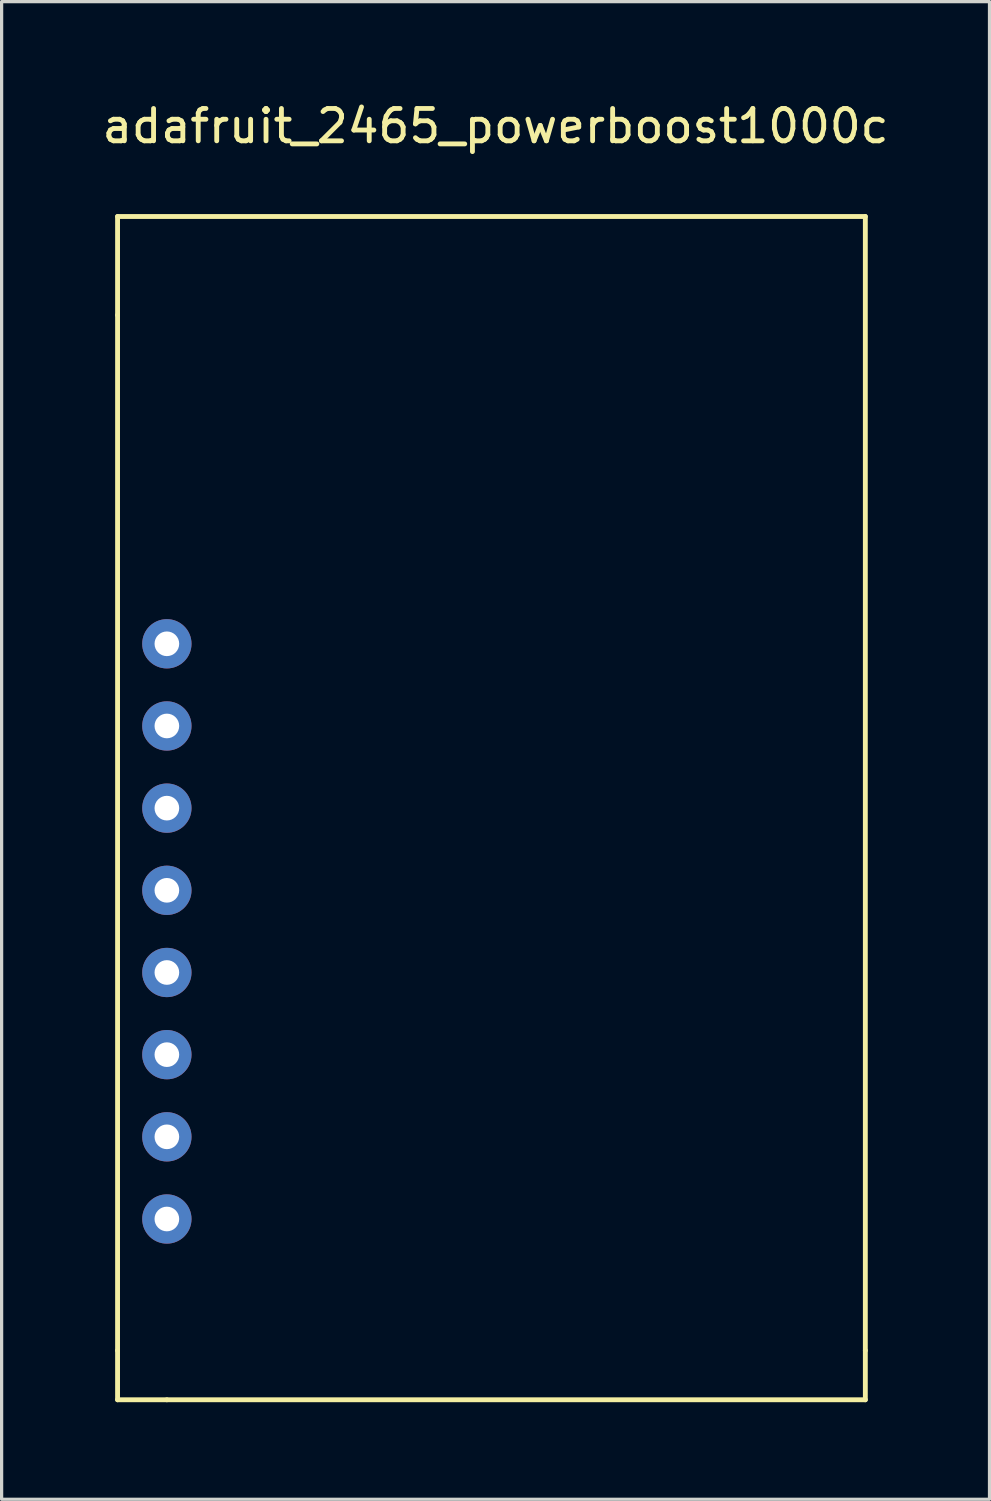
<source format=kicad_pcb>
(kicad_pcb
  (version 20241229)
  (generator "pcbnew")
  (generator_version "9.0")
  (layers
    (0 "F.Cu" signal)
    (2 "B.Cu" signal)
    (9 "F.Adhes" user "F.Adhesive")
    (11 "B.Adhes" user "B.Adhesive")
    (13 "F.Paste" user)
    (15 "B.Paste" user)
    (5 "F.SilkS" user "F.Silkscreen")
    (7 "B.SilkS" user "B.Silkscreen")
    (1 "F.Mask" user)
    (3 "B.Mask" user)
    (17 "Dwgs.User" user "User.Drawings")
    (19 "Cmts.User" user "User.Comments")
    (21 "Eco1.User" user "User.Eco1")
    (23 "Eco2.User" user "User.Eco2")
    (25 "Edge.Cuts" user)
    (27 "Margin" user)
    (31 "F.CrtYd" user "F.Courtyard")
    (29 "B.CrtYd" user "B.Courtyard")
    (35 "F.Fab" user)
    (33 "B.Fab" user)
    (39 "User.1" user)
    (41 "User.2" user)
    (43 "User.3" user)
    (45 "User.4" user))
  (footprint "adafruit_2465_powerboost1000c"
    (layer "F.Cu")
    (at 12.268 20.66)
    (property "Reference" "adafruit_2465_powerboost1000c" (at 0 -19.812 0) (layer "F.SilkS") (effects (font (size 1 1) (thickness 0.15))))
    (attr through_hole)
    (fp_line (start -11.684 -13.97) (end -11.684 -17.018) (stroke (width 0.15) (type solid)) (layer "F.SilkS"))
    (fp_line (start -11.684 18.034) (end -11.684 -13.97) (stroke (width 0.15) (type solid)) (layer "F.SilkS"))
    (fp_line (start -11.684 19.558) (end -11.684 18.034) (stroke (width 0.15) (type solid)) (layer "F.SilkS"))
    (fp_line (start -10.16 19.558) (end -11.684 19.558) (stroke (width 0.15) (type solid)) (layer "F.SilkS"))
    (fp_line (start -10.16 19.558) (end 11.43 19.558) (stroke (width 0.15) (type solid)) (layer "F.SilkS"))
    (fp_line (start 11.43 -17.018) (end -11.684 -17.018) (stroke (width 0.15) (type solid)) (layer "F.SilkS"))
    (fp_line (start 11.43 18.034) (end 11.43 -17.018) (stroke (width 0.15) (type solid)) (layer "F.SilkS"))
    (fp_line (start 11.43 19.558) (end 11.43 18.034) (stroke (width 0.15) (type solid)) (layer "F.SilkS"))
    (pad "1" thru_hole circle (at -10.16 -3.81) (size 1.524 1.524) (drill 0.762) (layers "*.Cu" "*.Mask"))
    (pad "2" thru_hole circle (at -10.16 -1.27) (size 1.524 1.524) (drill 0.762) (layers "*.Cu" "*.Mask"))
    (pad "3" thru_hole circle (at -10.16 1.27) (size 1.524 1.524) (drill 0.762) (layers "*.Cu" "*.Mask"))
    (pad "4" thru_hole circle (at -10.16 3.81) (size 1.524 1.524) (drill 0.762) (layers "*.Cu" "*.Mask"))
    (pad "5" thru_hole circle (at -10.16 6.35) (size 1.524 1.524) (drill 0.762) (layers "*.Cu" "*.Mask"))
    (pad "6" thru_hole circle (at -10.16 8.89) (size 1.524 1.524) (drill 0.762) (layers "*.Cu" "*.Mask"))
    (pad "7" thru_hole circle (at -10.16 11.43) (size 1.524 1.524) (drill 0.762) (layers "*.Cu" "*.Mask"))
    (pad "8" thru_hole circle (at -10.16 13.97) (size 1.524 1.524) (drill 0.762) (layers "*.Cu" "*.Mask")))
  (gr_rect
    (start -3 -3)
    (end 27.536 43.293)
    (stroke (width 0.1) (type default))
    (fill no)
    (layer "Edge.Cuts")))
</source>
